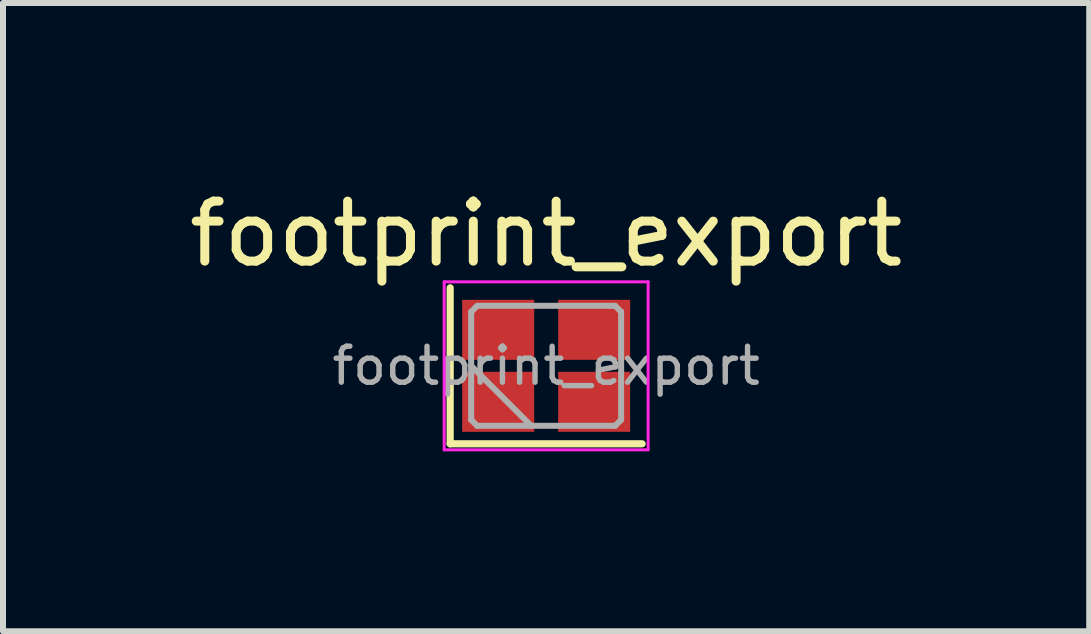
<source format=kicad_pcb>
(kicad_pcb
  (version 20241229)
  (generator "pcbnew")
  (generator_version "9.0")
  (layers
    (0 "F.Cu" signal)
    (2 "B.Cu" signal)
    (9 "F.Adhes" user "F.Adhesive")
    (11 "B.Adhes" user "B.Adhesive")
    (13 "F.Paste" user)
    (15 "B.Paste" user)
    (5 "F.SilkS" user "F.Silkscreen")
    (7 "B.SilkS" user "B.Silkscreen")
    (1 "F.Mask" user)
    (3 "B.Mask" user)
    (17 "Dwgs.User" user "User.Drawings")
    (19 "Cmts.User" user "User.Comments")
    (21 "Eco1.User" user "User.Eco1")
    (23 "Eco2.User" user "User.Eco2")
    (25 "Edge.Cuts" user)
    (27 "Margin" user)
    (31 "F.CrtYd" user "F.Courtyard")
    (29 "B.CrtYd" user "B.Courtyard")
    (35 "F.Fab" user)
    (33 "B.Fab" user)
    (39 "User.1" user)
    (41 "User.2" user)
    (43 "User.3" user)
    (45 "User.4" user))
  (footprint "footprint_export"
    (layer "F.Cu")
    (at 6.054 3.048)
    (property "Reference" "footprint_export" (at 0 -2.2 0) (layer "F.SilkS") (effects (font (size 1 1) (thickness 0.15))))
    (attr smd)
    (fp_line (start -1.6 -1.3) (end -1.6 1.3) (stroke (width 0.12) (type solid)) (layer "F.SilkS"))
    (fp_line (start -1.6 1.3) (end 1.6 1.3) (stroke (width 0.12) (type solid)) (layer "F.SilkS"))
    (fp_line (start -1.7 -1.4) (end -1.7 1.4) (stroke (width 0.05) (type solid)) (layer "F.CrtYd"))
    (fp_line (start -1.7 1.4) (end 1.7 1.4) (stroke (width 0.05) (type solid)) (layer "F.CrtYd"))
    (fp_line (start 1.7 -1.4) (end -1.7 -1.4) (stroke (width 0.05) (type solid)) (layer "F.CrtYd"))
    (fp_line (start 1.7 1.4) (end 1.7 -1.4) (stroke (width 0.05) (type solid)) (layer "F.CrtYd"))
    (fp_line (start -1.25 -0.9) (end -1.15 -1) (stroke (width 0.1) (type solid)) (layer "F.Fab"))
    (fp_line (start -1.25 0) (end -0.25 1) (stroke (width 0.1) (type solid)) (layer "F.Fab"))
    (fp_line (start -1.25 0.9) (end -1.25 -0.9) (stroke (width 0.1) (type solid)) (layer "F.Fab"))
    (fp_line (start -1.15 -1) (end 1.15 -1) (stroke (width 0.1) (type solid)) (layer "F.Fab"))
    (fp_line (start -1.15 1) (end -1.25 0.9) (stroke (width 0.1) (type solid)) (layer "F.Fab"))
    (fp_line (start 1.15 -1) (end 1.25 -0.9) (stroke (width 0.1) (type solid)) (layer "F.Fab"))
    (fp_line (start 1.15 1) (end -1.15 1) (stroke (width 0.1) (type solid)) (layer "F.Fab"))
    (fp_line (start 1.25 -0.9) (end 1.25 0.9) (stroke (width 0.1) (type solid)) (layer "F.Fab"))
    (fp_line (start 1.25 0.9) (end 1.15 1) (stroke (width 0.1) (type solid)) (layer "F.Fab"))
    (fp_text user "${REFERENCE}" (at 0 0 0) (layer "F.Fab") (effects (font (size 0.6 0.6) (thickness 0.09))))
    (pad "1" smd rect (at -0.8 0.6) (size 1.2 1) (layers "F.Cu" "F.Mask" "F.Paste"))
    (pad "2" smd rect (at 0.8 0.6) (size 1.2 1) (layers "F.Cu" "F.Mask" "F.Paste"))
    (pad "3" smd rect (at 0.8 -0.6) (size 1.2 1) (layers "F.Cu" "F.Mask" "F.Paste"))
    (pad "4" smd rect (at -0.8 -0.6) (size 1.2 1) (layers "F.Cu" "F.Mask" "F.Paste")))
  (gr_rect
    (start -3 -3)
    (end 15.107 7.473)
    (stroke (width 0.1) (type default))
    (fill no)
    (layer "Edge.Cuts")))
</source>
